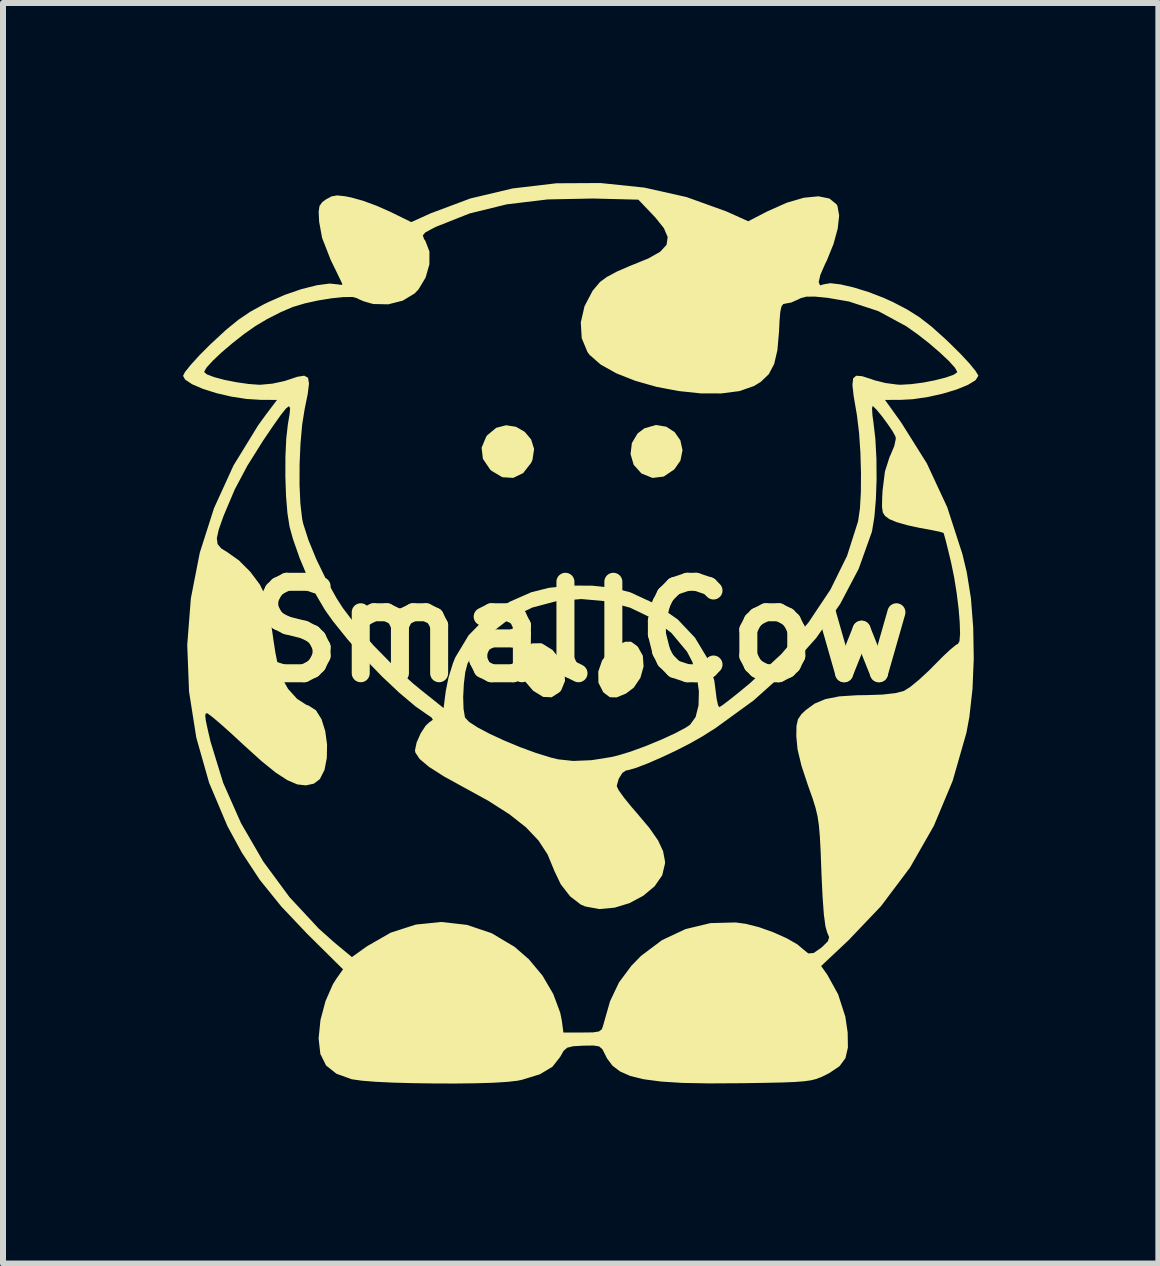
<source format=kicad_pcb>
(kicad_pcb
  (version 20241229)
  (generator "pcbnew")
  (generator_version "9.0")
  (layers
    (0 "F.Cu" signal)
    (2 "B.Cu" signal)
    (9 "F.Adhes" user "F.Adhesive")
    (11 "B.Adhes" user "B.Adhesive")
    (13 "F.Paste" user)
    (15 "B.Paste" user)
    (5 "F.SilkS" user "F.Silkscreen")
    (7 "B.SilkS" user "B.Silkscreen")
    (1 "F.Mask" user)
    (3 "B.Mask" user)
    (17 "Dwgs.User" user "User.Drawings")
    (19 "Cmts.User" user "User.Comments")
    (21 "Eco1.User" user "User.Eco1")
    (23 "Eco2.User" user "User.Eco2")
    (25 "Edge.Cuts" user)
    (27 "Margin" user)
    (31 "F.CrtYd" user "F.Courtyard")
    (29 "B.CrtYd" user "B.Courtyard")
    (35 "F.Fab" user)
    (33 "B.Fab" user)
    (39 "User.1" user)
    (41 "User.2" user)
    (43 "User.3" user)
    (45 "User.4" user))
  (footprint "SmallCow"
    (layer "F.Cu")
    (at 6.626 7.479)
    (property "Reference" "SmallCow" (at 0 0 0) (layer "F.SilkS") (effects (font (size 1.524 1.524) (thickness 0.3))))
    (attr through_hole)
    (fp_poly (pts (xy 1.426 -3.419) (xy 1.566 -3.328) (xy 1.661 -3.191) (xy 1.697 -3.027) (xy 1.662 -2.853) (xy 1.56 -2.707) (xy 1.384 -2.588) (xy 1.197 -2.565) (xy 1.014 -2.639) (xy 1.012 -2.64) (xy 0.883 -2.784) (xy 0.831 -2.963) (xy 0.853 -3.146) (xy 0.948 -3.306) (xy 1.062 -3.392) (xy 1.253 -3.447)) (stroke (width 0) (type solid)) (fill yes) (layer "F.SilkS"))
    (fp_poly (pts (xy -1.078 -3.417) (xy -0.933 -3.334) (xy -0.826 -3.207) (xy -0.776 -3.048) (xy -0.803 -2.867) (xy -0.826 -2.816) (xy -0.958 -2.646) (xy -1.124 -2.566) (xy -1.306 -2.577) (xy -1.484 -2.683) (xy -1.51 -2.707) (xy -1.629 -2.883) (xy -1.651 -3.069) (xy -1.574 -3.253) (xy -1.556 -3.277) (xy -1.408 -3.4) (xy -1.243 -3.443)) (stroke (width 0) (type solid)) (fill yes) (layer "F.SilkS"))
    (fp_poly (pts (xy -0.642 0.195) (xy -0.47 0.301) (xy -0.343 0.457) (xy -0.27 0.638) (xy -0.261 0.818) (xy -0.325 0.974) (xy -0.351 1.004) (xy -0.484 1.09) (xy -0.625 1.084) (xy -0.788 0.984) (xy -0.796 0.977) (xy -0.925 0.827) (xy -1.012 0.647) (xy -1.04 0.473) (xy -1.029 0.401) (xy -0.943 0.267) (xy -0.807 0.191) (xy -0.658 0.19)) (stroke (width 0) (type solid)) (fill yes) (layer "F.SilkS"))
    (fp_poly (pts (xy 0.839 0.164) (xy 0.93 0.228) (xy 0.954 0.251) (xy 1.036 0.398) (xy 1.048 0.579) (xy 0.995 0.766) (xy 0.884 0.93) (xy 0.755 1.028) (xy 0.598 1.092) (xy 0.486 1.089) (xy 0.386 1.014) (xy 0.374 1.002) (xy 0.296 0.847) (xy 0.293 0.663) (xy 0.357 0.476) (xy 0.481 0.314) (xy 0.607 0.223) (xy 0.745 0.164)) (stroke (width 0) (type solid)) (fill yes) (layer "F.SilkS"))
    (fp_poly (pts (xy 1.061 -7.403) (xy 1.765 -7.245) (xy 2.428 -7.006) (xy 2.484 -6.981) (xy 2.792 -6.842) (xy 3.115 -7.009) (xy 3.434 -7.151) (xy 3.719 -7.234) (xy 3.96 -7.258) (xy 4.145 -7.221) (xy 4.264 -7.124) (xy 4.28 -7.093) (xy 4.307 -6.937) (xy 4.283 -6.719) (xy 4.213 -6.463) (xy 4.102 -6.189) (xy 4.07 -6.124) (xy 3.993 -5.947) (xy 3.966 -5.827) (xy 3.989 -5.774) (xy 4.059 -5.793) (xy 4.16 -5.81) (xy 4.331 -5.79) (xy 4.55 -5.739) (xy 4.796 -5.663) (xy 5.046 -5.567) (xy 5.209 -5.493) (xy 5.444 -5.37) (xy 5.646 -5.242) (xy 5.845 -5.088) (xy 6.071 -4.885) (xy 6.15 -4.81) (xy 6.328 -4.634) (xy 6.476 -4.475) (xy 6.579 -4.349) (xy 6.625 -4.273) (xy 6.626 -4.266) (xy 6.579 -4.193) (xy 6.453 -4.116) (xy 6.265 -4.039) (xy 6.037 -3.97) (xy 5.788 -3.914) (xy 5.536 -3.877) (xy 5.334 -3.866) (xy 5.071 -3.865) (xy 5.342 -3.487) (xy 5.768 -2.808) (xy 6.108 -2.077) (xy 6.361 -1.296) (xy 6.434 -0.991) (xy 6.503 -0.559) (xy 6.541 -0.07) (xy 6.55 0.444) (xy 6.529 0.951) (xy 6.477 1.416) (xy 6.428 1.681) (xy 6.198 2.484) (xy 5.885 3.232) (xy 5.488 3.927) (xy 5.004 4.571) (xy 4.464 5.138) (xy 4.007 5.568) (xy 4.111 5.715) (xy 4.29 6.04) (xy 4.41 6.412) (xy 4.449 6.676) (xy 4.453 6.925) (xy 4.412 7.103) (xy 4.314 7.237) (xy 4.146 7.35) (xy 4.091 7.379) (xy 4.007 7.419) (xy 3.927 7.45) (xy 3.835 7.473) (xy 3.717 7.489) (xy 3.558 7.501) (xy 3.344 7.509) (xy 3.059 7.515) (xy 2.69 7.521) (xy 2.67 7.521) (xy 2.138 7.524) (xy 1.697 7.516) (xy 1.338 7.493) (xy 1.05 7.455) (xy 0.826 7.4) (xy 0.656 7.325) (xy 0.53 7.229) (xy 0.44 7.109) (xy 0.407 7.043) (xy 0.362 6.955) (xy 0.308 6.908) (xy 0.216 6.893) (xy 0.055 6.895) (xy 0.042 6.895) (xy -0.126 6.905) (xy -0.224 6.929) (xy -0.286 6.983) (xy -0.34 7.08) (xy -0.47 7.246) (xy -0.679 7.372) (xy -0.975 7.463) (xy -1.051 7.479) (xy -1.214 7.498) (xy -1.454 7.513) (xy -1.752 7.522) (xy -2.088 7.526) (xy -2.442 7.525) (xy -2.795 7.52) (xy -3.128 7.511) (xy -3.421 7.497) (xy -3.653 7.478) (xy -3.807 7.456) (xy -3.814 7.455) (xy -4.07 7.363) (xy -4.242 7.226) (xy -4.338 7.033) (xy -4.367 6.775) (xy -4.336 6.468) (xy -4.252 6.152) (xy -4.129 5.872) (xy -4.067 5.774) (xy -3.96 5.623) (xy -4.556 5.033) (xy -4.987 4.578) (xy -5.345 4.135) (xy -5.647 3.677) (xy -5.886 3.238) (xy -6.192 2.513) (xy -6.405 1.762) (xy -6.462 1.402) (xy -6.256 1.402) (xy -6.245 1.486) (xy -6.213 1.635) (xy -6.167 1.832) (xy -5.957 2.516) (xy -5.66 3.187) (xy -5.289 3.827) (xy -4.853 4.419) (xy -4.364 4.945) (xy -4.105 5.176) (xy -3.812 5.419) (xy -3.562 5.24) (xy -3.165 5.012) (xy -2.746 4.877) (xy -2.317 4.834) (xy -1.892 4.883) (xy -1.482 5.022) (xy -1.101 5.249) (xy -0.864 5.455) (xy -0.636 5.728) (xy -0.456 6.036) (xy -0.341 6.346) (xy -0.314 6.479) (xy -0.288 6.676) (xy 0.031 6.676) (xy 0.204 6.674) (xy 0.303 6.659) (xy 0.352 6.623) (xy 0.376 6.556) (xy 0.38 6.538) (xy 0.489 6.156) (xy 0.638 5.842) (xy 0.844 5.565) (xy 1.007 5.398) (xy 1.355 5.137) (xy 1.746 4.953) (xy 2.162 4.853) (xy 2.583 4.842) (xy 2.751 4.865) (xy 2.972 4.921) (xy 3.208 5.005) (xy 3.43 5.104) (xy 3.609 5.206) (xy 3.711 5.292) (xy 3.792 5.358) (xy 3.882 5.351) (xy 4.004 5.267) (xy 4.03 5.245) (xy 4.12 5.155) (xy 4.14 5.087) (xy 4.107 5.008) (xy 4.078 4.905) (xy 4.052 4.707) (xy 4.031 4.419) (xy 4.013 4.045) (xy 4.011 3.991) (xy 3.999 3.666) (xy 3.986 3.419) (xy 3.97 3.229) (xy 3.947 3.073) (xy 3.913 2.93) (xy 3.865 2.776) (xy 3.799 2.591) (xy 3.788 2.56) (xy 3.678 2.227) (xy 3.614 1.96) (xy 3.593 1.74) (xy 3.596 1.568) (xy 3.62 1.458) (xy 3.678 1.372) (xy 3.75 1.304) (xy 3.901 1.194) (xy 4.08 1.12) (xy 4.307 1.075) (xy 4.603 1.056) (xy 4.758 1.054) (xy 5.03 1.045) (xy 5.249 1.02) (xy 5.385 0.985) (xy 5.491 0.918) (xy 5.639 0.797) (xy 5.805 0.643) (xy 5.889 0.558) (xy 6.04 0.406) (xy 6.169 0.286) (xy 6.258 0.214) (xy 6.286 0.201) (xy 6.312 0.155) (xy 6.322 0.028) (xy 6.316 -0.16) (xy 6.297 -0.392) (xy 6.265 -0.648) (xy 6.223 -0.91) (xy 6.172 -1.157) (xy 6.123 -1.361) (xy 6.082 -1.525) (xy 6.054 -1.627) (xy 6.046 -1.649) (xy 5.992 -1.666) (xy 5.865 -1.693) (xy 5.689 -1.726) (xy 5.647 -1.733) (xy 5.443 -1.777) (xy 5.263 -1.829) (xy 5.143 -1.879) (xy 5.136 -1.884) (xy 5.071 -1.932) (xy 5.035 -1.989) (xy 5.021 -2.079) (xy 5.024 -2.23) (xy 5.03 -2.352) (xy 5.07 -2.673) (xy 5.149 -2.919) (xy 5.166 -2.954) (xy 5.226 -3.098) (xy 5.251 -3.217) (xy 5.246 -3.254) (xy 5.2 -3.339) (xy 5.119 -3.459) (xy 5.024 -3.588) (xy 4.936 -3.696) (xy 4.875 -3.758) (xy 4.864 -3.763) (xy 4.855 -3.72) (xy 4.862 -3.606) (xy 4.877 -3.501) (xy 4.91 -3.22) (xy 4.928 -2.892) (xy 4.931 -2.546) (xy 4.919 -2.211) (xy 4.894 -1.914) (xy 4.856 -1.684) (xy 4.849 -1.657) (xy 4.633 -1.052) (xy 4.323 -0.463) (xy 3.924 0.103) (xy 3.442 0.641) (xy 2.881 1.143) (xy 2.249 1.602) (xy 2.014 1.75) (xy 1.818 1.861) (xy 1.589 1.978) (xy 1.35 2.09) (xy 1.124 2.189) (xy 0.931 2.263) (xy 0.794 2.304) (xy 0.756 2.309) (xy 0.694 2.351) (xy 0.634 2.448) (xy 0.603 2.558) (xy 0.602 2.574) (xy 0.634 2.64) (xy 0.72 2.76) (xy 0.844 2.913) (xy 0.934 3.017) (xy 1.146 3.269) (xy 1.29 3.476) (xy 1.373 3.654) (xy 1.404 3.818) (xy 1.406 3.856) (xy 1.359 4.056) (xy 1.231 4.24) (xy 1.043 4.397) (xy 0.814 4.52) (xy 0.564 4.596) (xy 0.311 4.619) (xy 0.077 4.576) (xy 0.000103 4.543) (xy -0.175 4.408) (xy -0.331 4.208) (xy -0.442 3.976) (xy -0.447 3.961) (xy -0.552 3.708) (xy -0.703 3.477) (xy -0.911 3.257) (xy -1.187 3.04) (xy -1.539 2.815) (xy -1.947 2.591) (xy -2.283 2.406) (xy -2.528 2.249) (xy -2.684 2.118) (xy -2.755 2.01) (xy -2.761 1.974) (xy -2.734 1.844) (xy -2.667 1.692) (xy -2.583 1.563) (xy -2.527 1.511) (xy -2.463 1.464) (xy -2.486 1.426) (xy -2.523 1.402) (xy -2.754 1.241) (xy -3.022 1.015) (xy -3.312 0.742) (xy -3.604 0.44) (xy -3.882 0.128) (xy -4.127 -0.177) (xy -4.259 -0.362) (xy -4.4 -0.601) (xy -4.546 -0.902) (xy -4.683 -1.229) (xy -4.794 -1.546) (xy -4.851 -1.752) (xy -4.886 -1.974) (xy -4.91 -2.264) (xy -4.921 -2.59) (xy -4.92 -2.92) (xy -4.906 -3.223) (xy -4.878 -3.467) (xy -4.874 -3.489) (xy -4.849 -3.639) (xy -4.842 -3.731) (xy -4.862 -3.76) (xy -4.912 -3.721) (xy -5 -3.61) (xy -5.131 -3.424) (xy -5.291 -3.188) (xy -5.554 -2.769) (xy -5.764 -2.374) (xy -5.94 -1.958) (xy -5.955 -1.921) (xy -6.031 -1.705) (xy -6.063 -1.56) (xy -6.05 -1.462) (xy -5.989 -1.39) (xy -5.893 -1.331) (xy -5.696 -1.192) (xy -5.506 -1.002) (xy -5.347 -0.79) (xy -5.246 -0.587) (xy -5.232 -0.542) (xy -5.201 -0.39) (xy -5.165 -0.178) (xy -5.131 0.055) (xy -5.122 0.121) (xy -5.087 0.347) (xy -5.045 0.557) (xy -5.002 0.715) (xy -4.989 0.748) (xy -4.876 0.95) (xy -4.727 1.115) (xy -4.571 1.216) (xy -4.534 1.228) (xy -4.412 1.306) (xy -4.318 1.456) (xy -4.256 1.655) (xy -4.226 1.877) (xy -4.23 2.101) (xy -4.269 2.301) (xy -4.346 2.453) (xy -4.445 2.529) (xy -4.578 2.558) (xy -4.722 2.542) (xy -4.886 2.472) (xy -5.082 2.345) (xy -5.319 2.153) (xy -5.61 1.89) (xy -5.642 1.86) (xy -5.835 1.682) (xy -6.004 1.531) (xy -6.135 1.42) (xy -6.213 1.362) (xy -6.228 1.355) (xy -6.25 1.364) (xy -6.256 1.402) (xy -6.462 1.402) (xy -6.526 0.993) (xy -6.556 0.217) (xy -6.496 -0.557) (xy -6.347 -1.319) (xy -6.11 -2.061) (xy -5.785 -2.773) (xy -5.373 -3.444) (xy -5.24 -3.627) (xy -5.06 -3.865) (xy -5.329 -3.866) (xy -5.567 -3.881) (xy -5.821 -3.92) (xy -6.07 -3.978) (xy -6.294 -4.049) (xy -6.474 -4.126) (xy -6.591 -4.204) (xy -6.626 -4.266) (xy -6.593 -4.331) (xy -6.275 -4.331) (xy -6.229 -4.291) (xy -6.108 -4.245) (xy -5.936 -4.199) (xy -5.737 -4.16) (xy -5.537 -4.131) (xy -5.36 -4.118) (xy -5.336 -4.118) (xy -5.138 -4.136) (xy -4.942 -4.178) (xy -4.894 -4.193) (xy -4.72 -4.251) (xy -4.606 -4.269) (xy -4.543 -4.234) (xy -4.527 -4.137) (xy -4.548 -3.965) (xy -4.599 -3.715) (xy -4.641 -3.452) (xy -4.669 -3.135) (xy -4.684 -2.791) (xy -4.685 -2.45) (xy -4.671 -2.14) (xy -4.642 -1.889) (xy -4.625 -1.807) (xy -4.537 -1.532) (xy -4.405 -1.21) (xy -4.243 -0.876) (xy -4.069 -0.563) (xy -3.966 -0.402) (xy -3.737 -0.099) (xy -3.448 0.23) (xy -3.125 0.559) (xy -2.793 0.86) (xy -2.66 0.969) (xy -2.284 1.27) (xy -2.261 1.085) (xy -1.958 1.085) (xy -1.952 1.282) (xy -1.929 1.421) (xy -1.926 1.429) (xy -1.86 1.5) (xy -1.716 1.593) (xy -1.514 1.7) (xy -1.273 1.811) (xy -1.011 1.92) (xy -0.747 2.017) (xy -0.499 2.094) (xy -0.376 2.124) (xy -0.124 2.151) (xy 0.183 2.138) (xy 0.508 2.086) (xy 0.607 2.063) (xy 0.83 1.996) (xy 1.084 1.903) (xy 1.341 1.797) (xy 1.574 1.69) (xy 1.755 1.593) (xy 1.822 1.548) (xy 1.915 1.419) (xy 1.964 1.224) (xy 1.97 0.99) (xy 1.935 0.739) (xy 1.86 0.498) (xy 1.772 0.33) (xy 1.512 0.018) (xy 1.191 -0.226) (xy 0.824 -0.403) (xy 0.426 -0.51) (xy 0.012 -0.547) (xy -0.403 -0.512) (xy -0.804 -0.406) (xy -1.177 -0.226) (xy -1.506 0.029) (xy -1.573 0.096) (xy -1.708 0.255) (xy -1.822 0.414) (xy -1.885 0.527) (xy -1.923 0.67) (xy -1.947 0.869) (xy -1.958 1.085) (xy -2.261 1.085) (xy -2.247 0.981) (xy -2.202 0.759) (xy -2.129 0.524) (xy -2.089 0.425) (xy -1.868 0.058) (xy -1.568 -0.25) (xy -1.187 -0.5) (xy -0.824 -0.66) (xy -0.529 -0.734) (xy -0.179 -0.771) (xy 0.19 -0.77) (xy 0.539 -0.732) (xy 0.824 -0.66) (xy 1.254 -0.461) (xy 1.617 -0.207) (xy 1.904 0.096) (xy 2.11 0.438) (xy 2.227 0.813) (xy 2.245 0.953) (xy 2.265 1.112) (xy 2.289 1.221) (xy 2.308 1.255) (xy 2.358 1.225) (xy 2.468 1.142) (xy 2.623 1.019) (xy 2.806 0.868) (xy 2.816 0.86) (xy 3.344 0.369) (xy 3.795 -0.155) (xy 4.161 -0.703) (xy 4.439 -1.267) (xy 4.621 -1.838) (xy 4.623 -1.846) (xy 4.653 -2.052) (xy 4.669 -2.329) (xy 4.671 -2.651) (xy 4.661 -2.989) (xy 4.639 -3.316) (xy 4.604 -3.604) (xy 4.594 -3.664) (xy 4.548 -3.934) (xy 4.528 -4.116) (xy 4.54 -4.223) (xy 4.59 -4.268) (xy 4.687 -4.261) (xy 4.836 -4.214) (xy 4.894 -4.193) (xy 5.076 -4.147) (xy 5.281 -4.12) (xy 5.336 -4.118) (xy 5.508 -4.128) (xy 5.707 -4.154) (xy 5.907 -4.193) (xy 6.084 -4.238) (xy 6.215 -4.284) (xy 6.274 -4.325) (xy 6.275 -4.331) (xy 6.237 -4.401) (xy 6.135 -4.514) (xy 5.985 -4.655) (xy 5.806 -4.809) (xy 5.614 -4.959) (xy 5.426 -5.092) (xy 5.421 -5.095) (xy 4.959 -5.345) (xy 4.47 -5.505) (xy 4.116 -5.566) (xy 3.901 -5.587) (xy 3.758 -5.585) (xy 3.662 -5.559) (xy 3.629 -5.541) (xy 3.506 -5.487) (xy 3.421 -5.472) (xy 3.375 -5.462) (xy 3.345 -5.421) (xy 3.326 -5.33) (xy 3.313 -5.171) (xy 3.305 -5.005) (xy 3.278 -4.694) (xy 3.224 -4.463) (xy 3.134 -4.293) (xy 3 -4.165) (xy 2.886 -4.096) (xy 2.645 -4.012) (xy 2.342 -3.973) (xy 1.998 -3.974) (xy 1.632 -4.013) (xy 1.263 -4.083) (xy 0.911 -4.183) (xy 0.595 -4.308) (xy 0.335 -4.453) (xy 0.149 -4.615) (xy 0.113 -4.663) (xy 0.017 -4.895) (xy 0.002 -5.157) (xy 0.064 -5.427) (xy 0.199 -5.684) (xy 0.324 -5.832) (xy 0.436 -5.914) (xy 0.61 -6.007) (xy 0.809 -6.093) (xy 0.834 -6.103) (xy 1.127 -6.222) (xy 1.325 -6.334) (xy 1.431 -6.45) (xy 1.45 -6.578) (xy 1.386 -6.728) (xy 1.242 -6.907) (xy 1.208 -6.943) (xy 0.961 -7.202) (xy 0.204 -7.221) (xy -0.549 -7.206) (xy -1.232 -7.124) (xy -1.851 -6.972) (xy -2.411 -6.75) (xy -2.474 -6.718) (xy -2.59 -6.655) (xy -2.631 -6.606) (xy -2.61 -6.547) (xy -2.587 -6.513) (xy -2.52 -6.337) (xy -2.521 -6.124) (xy -2.584 -5.904) (xy -2.702 -5.707) (xy -2.767 -5.639) (xy -2.963 -5.52) (xy -3.206 -5.458) (xy -3.452 -5.463) (xy -3.482 -5.47) (xy -3.618 -5.509) (xy -3.711 -5.55) (xy -3.722 -5.559) (xy -3.799 -5.58) (xy -3.95 -5.579) (xy -4.148 -5.559) (xy -4.37 -5.523) (xy -4.591 -5.475) (xy -4.786 -5.417) (xy -4.794 -5.415) (xy -4.995 -5.329) (xy -5.225 -5.212) (xy -5.421 -5.095) (xy -5.609 -4.963) (xy -5.801 -4.812) (xy -5.981 -4.659) (xy -6.131 -4.517) (xy -6.235 -4.403) (xy -6.275 -4.332) (xy -6.275 -4.331) (xy -6.593 -4.331) (xy -6.591 -4.333) (xy -6.496 -4.451) (xy -6.355 -4.606) (xy -6.181 -4.781) (xy -6.15 -4.81) (xy -5.91 -5.032) (xy -5.706 -5.199) (xy -5.508 -5.333) (xy -5.286 -5.455) (xy -5.209 -5.493) (xy -4.93 -5.616) (xy -4.651 -5.712) (xy -4.395 -5.776) (xy -4.183 -5.804) (xy -4.036 -5.789) (xy -4.032 -5.787) (xy -3.975 -5.782) (xy -3.974 -5.802) (xy -4.005 -5.867) (xy -4.067 -5.996) (xy -4.149 -6.164) (xy -4.166 -6.199) (xy -4.309 -6.565) (xy -4.358 -6.834) (xy -4.366 -6.999) (xy -4.352 -7.097) (xy -4.307 -7.16) (xy -4.242 -7.208) (xy -4.15 -7.257) (xy -4.056 -7.273) (xy -3.921 -7.258) (xy -3.822 -7.238) (xy -3.631 -7.185) (xy -3.402 -7.101) (xy -3.183 -7.004) (xy -3.181 -7.004) (xy -2.823 -6.828) (xy -2.5 -6.974) (xy -1.838 -7.222) (xy -1.134 -7.389) (xy -0.405 -7.475) (xy 0.332 -7.479)) (stroke (width 0) (type solid)) (fill yes) (layer "F.SilkS")))
  (gr_rect
    (start -3 -3)
    (end 16.252 18.005)
    (stroke (width 0.1) (type default))
    (fill no)
    (layer "Edge.Cuts")))
</source>
